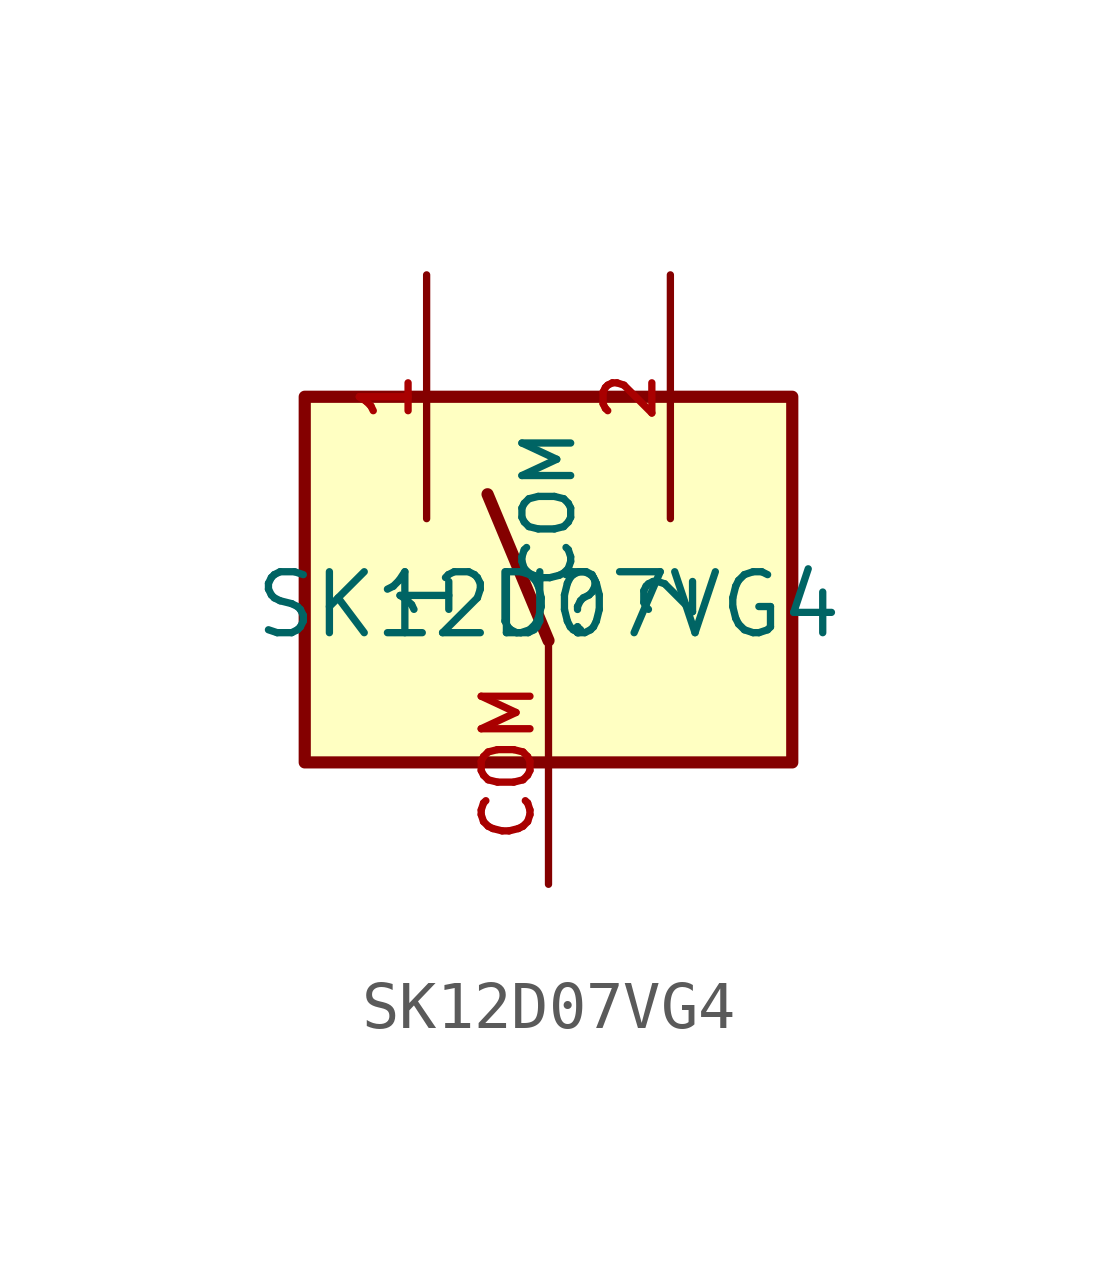
<source format=kicad_sym>
(kicad_symbol_lib
  (version 20241209)
  (generator "kicad_symbol_editor")
  (generator_version "9.0")
  (symbol "SK12D07VG4"
    (pin_names
      (offset 1.016))
    (property "Reference" "U"
      (at 0 0 0)
      (effects (font (size 1.27 1.27)) (justify bottom)))
    (property "Value" "SK12D07VG4"
      (at 0 0 0)
      (effects (font (size 1.27 1.27)) (justify bottom)))
    (symbol "SK12D07VG4_0_0"
      (rectangle (start -5.08 -2.54) (end 5.08 5.08) (stroke (width 0.254) (type default)) (fill (type background)))
      (polyline (pts (xy 0 0) (xy -1.27 3.048)) (stroke (width 0.254) (type default)) (fill (type none)))
      (pin bidirectional line (at -2.54 7.62 270) (length 5.08) (name "1" (effects (font (size 1.016 1.016)))) (number "1" (effects (font (size 1.016 1.016)))))
      (pin bidirectional line (at 0 -5.08 90) (length 5.08) (name "COM" (effects (font (size 1.016 1.016)))) (number "COM" (effects (font (size 1.016 1.016)))))
      (pin bidirectional line (at 2.54 7.62 270) (length 5.08) (name "2" (effects (font (size 1.016 1.016)))) (number "2" (effects (font (size 1.016 1.016))))))))
</source>
